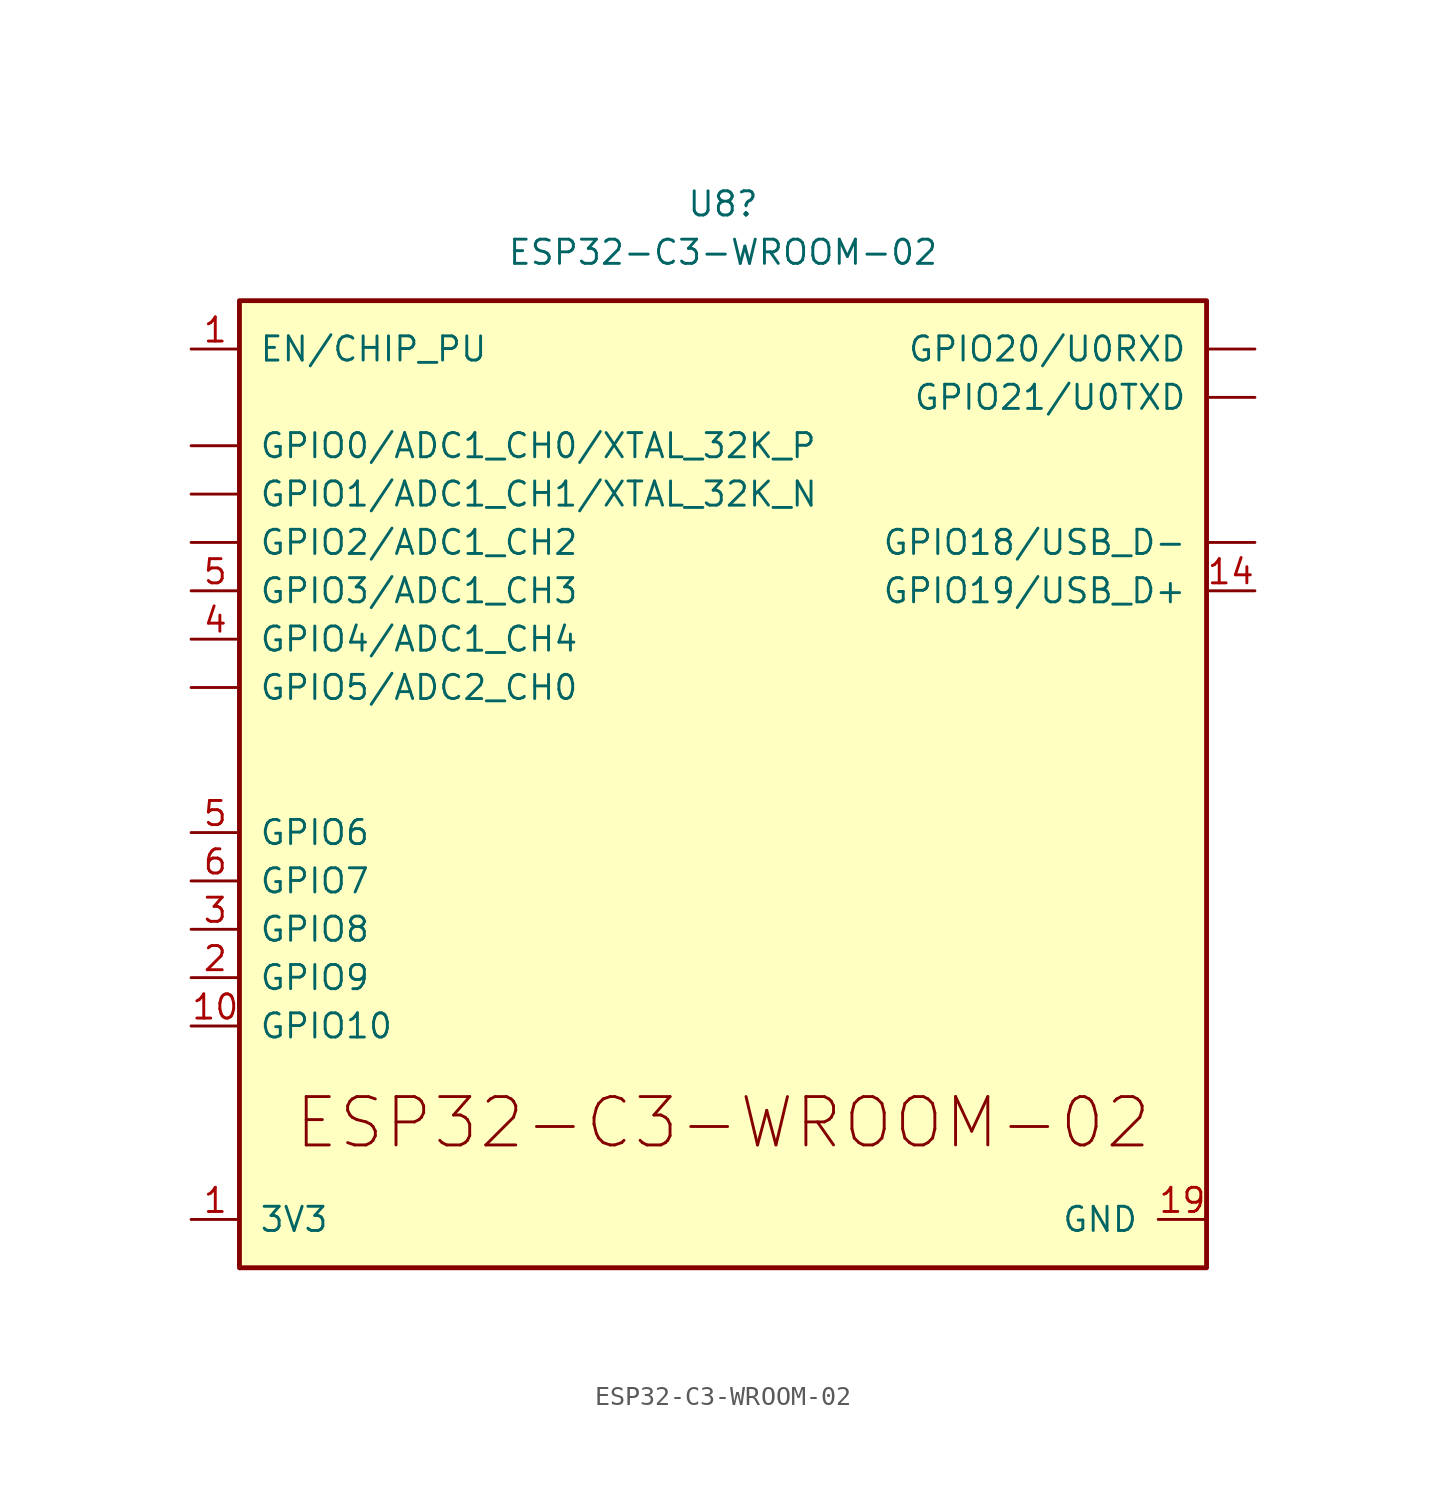
<source format=kicad_sym>
(kicad_symbol_lib
  (version 20220914)
  (generator kicad_symbol_editor)
  (symbol "ESP32-C3-WROOM-02"
    (pin_names
      (offset 1.016))
    (property "Reference" "U8"
      (at 0 30.48 0)
      (effects (font (size 1.27 1.27))))
    (property "Value" "ESP32-C3-WROOM-02"
      (at 0 27.94 0)
      (effects (font (size 1.27 1.27))))
    (symbol "ESP32-C3-WROOM-02_0_0"
      (text "ESP32-C3-WROOM-02" (at 0 -17.78 0) (effects (font (size 2.54 2.54)))))
    (symbol "ESP32-C3-WROOM-02_0_1"
      (rectangle (start -25.4 25.4) (end 25.4 -25.4) (stroke (width 0.254) (type default)) (fill (type background))))
    (symbol "ESP32-C3-WROOM-02_1_1"
      (pin bidirectional line (at -27.94 17.78 0) (length 2.54) (name "GPIO0/ADC1_CH0/XTAL_32K_P" (effects (font (size 1.27 1.27)))) (number "" (effects (font (size 1.27 1.27)))))
      (pin bidirectional line (at -27.94 15.24 0) (length 2.54) (name "GPIO1/ADC1_CH1/XTAL_32K_N" (effects (font (size 1.27 1.27)))) (number "" (effects (font (size 1.27 1.27)))))
      (pin bidirectional line (at 27.94 12.7 180) (length 2.54) (name "GPIO18/USB_D-" (effects (font (size 1.27 1.27)))) (number "" (effects (font (size 1.27 1.27)))))
      (pin bidirectional line (at -27.94 12.7 0) (length 2.54) (name "GPIO2/ADC1_CH2" (effects (font (size 1.27 1.27)))) (number "" (effects (font (size 1.27 1.27)))))
      (pin bidirectional line (at 27.94 22.86 180) (length 2.54) (name "GPIO20/U0RXD" (effects (font (size 1.27 1.27)))) (number "" (effects (font (size 1.27 1.27)))))
      (pin bidirectional line (at 27.94 20.32 180) (length 2.54) (name "GPIO21/U0TXD" (effects (font (size 1.27 1.27)))) (number "" (effects (font (size 1.27 1.27)))))
      (pin bidirectional line (at -27.94 5.08 0) (length 2.54) (name "GPIO5/ADC2_CH0" (effects (font (size 1.27 1.27)))) (number "" (effects (font (size 1.27 1.27)))))
      (pin power_in line (at -27.94 -22.86 0) (length 2.54) (name "3V3" (effects (font (size 1.27 1.27)))) (number "1" (effects (font (size 1.27 1.27)))))
      (pin input line (at -27.94 22.86 0) (length 2.54) (name "EN/CHIP_PU" (effects (font (size 1.27 1.27)))) (number "1" (effects (font (size 1.27 1.27)))))
      (pin bidirectional line (at -27.94 -12.7 0) (length 2.54) (name "GPIO10" (effects (font (size 1.27 1.27)))) (number "10" (effects (font (size 1.27 1.27)))))
      (pin bidirectional line (at 27.94 10.16 180) (length 2.54) (name "GPIO19/USB_D+" (effects (font (size 1.27 1.27)))) (number "14" (effects (font (size 1.27 1.27)))))
      (pin passive line (at 25.4 -22.86 180) (length 2.54) (name "GND" (effects (font (size 1.27 1.27)))) (number "19" (effects (font (size 1.27 1.27)))))
      (pin bidirectional line (at -27.94 -10.16 0) (length 2.54) (name "GPIO9" (effects (font (size 1.27 1.27)))) (number "2" (effects (font (size 1.27 1.27)))))
      (pin bidirectional line (at -27.94 -7.62 0) (length 2.54) (name "GPIO8" (effects (font (size 1.27 1.27)))) (number "3" (effects (font (size 1.27 1.27)))))
      (pin bidirectional line (at -27.94 7.62 0) (length 2.54) (name "GPIO4/ADC1_CH4" (effects (font (size 1.27 1.27)))) (number "4" (effects (font (size 1.27 1.27)))))
      (pin bidirectional line (at -27.94 10.16 0) (length 2.54) (name "GPIO3/ADC1_CH3" (effects (font (size 1.27 1.27)))) (number "5" (effects (font (size 1.27 1.27)))))
      (pin bidirectional line (at -27.94 -2.54 0) (length 2.54) (name "GPIO6" (effects (font (size 1.27 1.27)))) (number "5" (effects (font (size 1.27 1.27)))))
      (pin bidirectional line (at -27.94 -5.08 0) (length 2.54) (name "GPIO7" (effects (font (size 1.27 1.27)))) (number "6" (effects (font (size 1.27 1.27)))))
      (pin power_in line (at 25.4 -22.86 180) (length 2.54) hide (name "GND" (effects (font (size 1.27 1.27)))) (number "9" (effects (font (size 1.27 1.27))))))))
</source>
